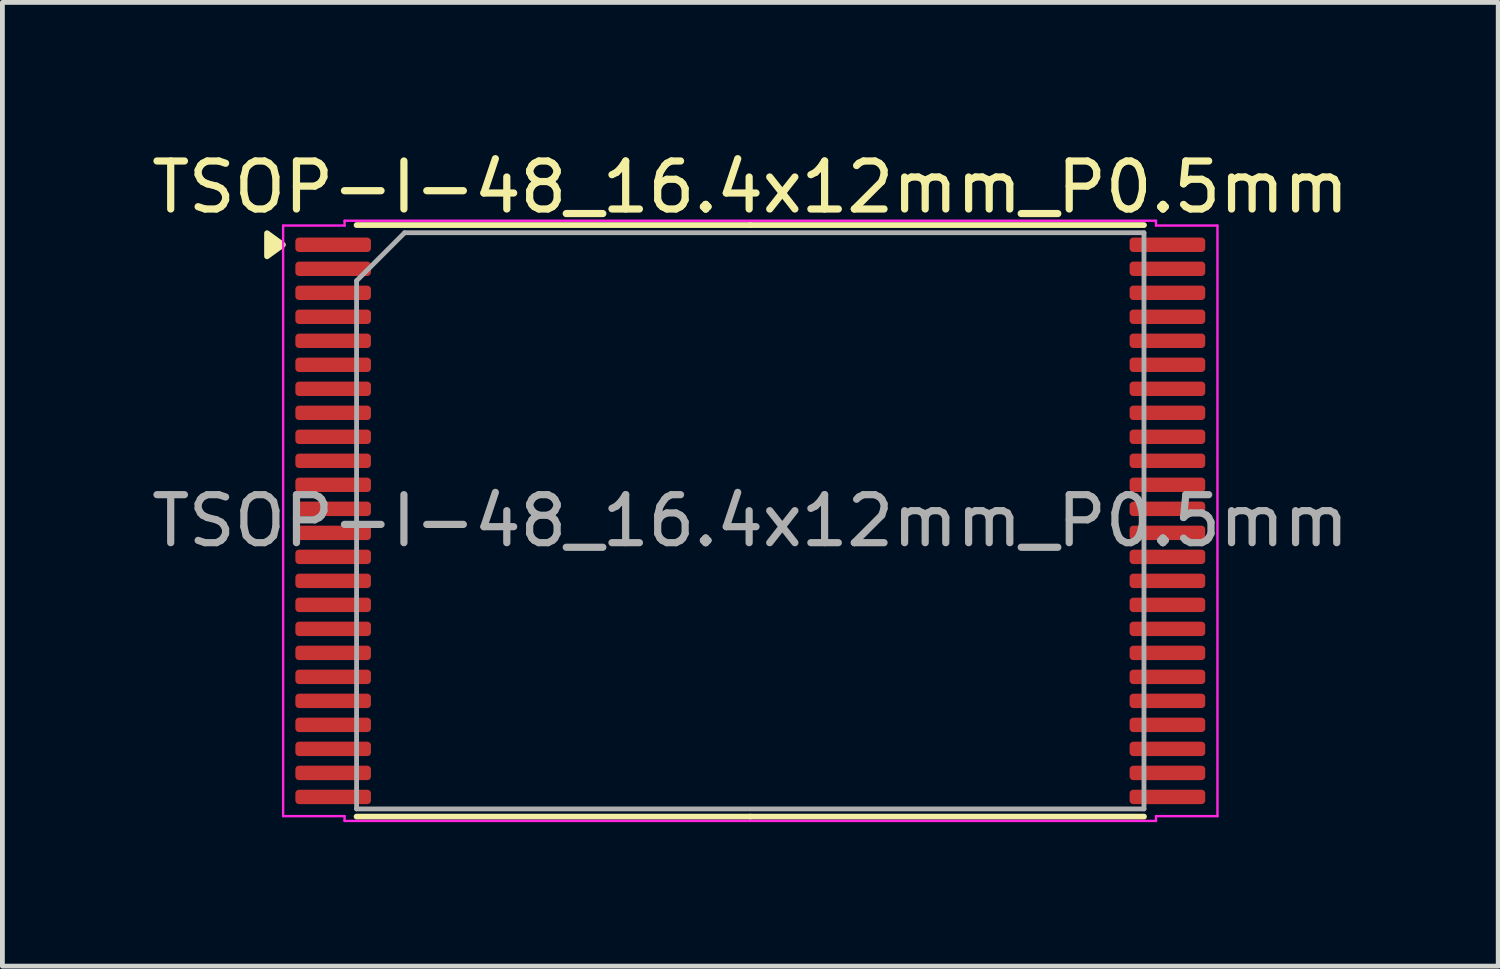
<source format=kicad_pcb>
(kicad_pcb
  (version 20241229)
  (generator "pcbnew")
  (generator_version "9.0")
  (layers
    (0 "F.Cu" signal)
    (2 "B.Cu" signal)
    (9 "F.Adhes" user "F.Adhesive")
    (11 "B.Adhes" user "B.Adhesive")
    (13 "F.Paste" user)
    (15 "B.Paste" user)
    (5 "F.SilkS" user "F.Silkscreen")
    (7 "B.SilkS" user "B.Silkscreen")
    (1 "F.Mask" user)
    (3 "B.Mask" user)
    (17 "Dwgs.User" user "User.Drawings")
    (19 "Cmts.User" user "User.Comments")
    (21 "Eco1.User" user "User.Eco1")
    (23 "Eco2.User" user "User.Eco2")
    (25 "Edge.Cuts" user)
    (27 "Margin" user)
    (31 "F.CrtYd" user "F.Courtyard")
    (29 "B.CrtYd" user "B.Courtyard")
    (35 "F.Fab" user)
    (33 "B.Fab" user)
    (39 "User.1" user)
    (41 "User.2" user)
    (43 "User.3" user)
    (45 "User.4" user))
  (footprint "TSOP-I-48_16.4x12mm_P0.5mm"
    (layer "F.Cu")
    (at 12.577 7.798)
    (property "Reference" "TSOP-I-48_16.4x12mm_P0.5mm" (at 0 -6.95 0) (layer "F.SilkS") (effects (font (size 1 1) (thickness 0.15))))
    (attr smd)
    (fp_line (start 0 -6.16) (end -8.2 -6.16) (stroke (width 0.12) (type solid)) (layer "F.SilkS"))
    (fp_line (start 0 -6.16) (end 8.2 -6.16) (stroke (width 0.12) (type solid)) (layer "F.SilkS"))
    (fp_line (start 0 6.16) (end -8.2 6.16) (stroke (width 0.12) (type solid)) (layer "F.SilkS"))
    (fp_line (start 0 6.16) (end 8.2 6.16) (stroke (width 0.12) (type solid)) (layer "F.SilkS"))
    (fp_poly (pts (xy -9.735 -5.75) (xy -10.065 -5.51) (xy -10.065 -5.99)) (stroke (width 0.12) (type solid)) (fill yes) (layer "F.SilkS"))
    (fp_line (start -9.73 -6.15) (end -8.45 -6.15) (stroke (width 0.05) (type solid)) (layer "F.CrtYd"))
    (fp_line (start -9.73 6.15) (end -9.73 -6.15) (stroke (width 0.05) (type solid)) (layer "F.CrtYd"))
    (fp_line (start -8.45 -6.25) (end 8.45 -6.25) (stroke (width 0.05) (type solid)) (layer "F.CrtYd"))
    (fp_line (start -8.45 -6.15) (end -8.45 -6.25) (stroke (width 0.05) (type solid)) (layer "F.CrtYd"))
    (fp_line (start -8.45 6.15) (end -9.73 6.15) (stroke (width 0.05) (type solid)) (layer "F.CrtYd"))
    (fp_line (start -8.45 6.25) (end -8.45 6.15) (stroke (width 0.05) (type solid)) (layer "F.CrtYd"))
    (fp_line (start 8.45 -6.25) (end 8.45 -6.15) (stroke (width 0.05) (type solid)) (layer "F.CrtYd"))
    (fp_line (start 8.45 -6.15) (end 9.73 -6.15) (stroke (width 0.05) (type solid)) (layer "F.CrtYd"))
    (fp_line (start 8.45 6.15) (end 8.45 6.25) (stroke (width 0.05) (type solid)) (layer "F.CrtYd"))
    (fp_line (start 8.45 6.25) (end -8.45 6.25) (stroke (width 0.05) (type solid)) (layer "F.CrtYd"))
    (fp_line (start 9.73 -6.15) (end 9.73 6.15) (stroke (width 0.05) (type solid)) (layer "F.CrtYd"))
    (fp_line (start 9.73 6.15) (end 8.45 6.15) (stroke (width 0.05) (type solid)) (layer "F.CrtYd"))
    (fp_line (start -8.2 -5) (end -7.2 -6) (stroke (width 0.1) (type solid)) (layer "F.Fab"))
    (fp_line (start -8.2 6) (end -8.2 -5) (stroke (width 0.1) (type solid)) (layer "F.Fab"))
    (fp_line (start -7.2 -6) (end 8.2 -6) (stroke (width 0.1) (type solid)) (layer "F.Fab"))
    (fp_line (start 8.2 -6) (end 8.2 6) (stroke (width 0.1) (type solid)) (layer "F.Fab"))
    (fp_line (start 8.2 6) (end -8.2 6) (stroke (width 0.1) (type solid)) (layer "F.Fab"))
    (fp_text user "${REFERENCE}" (at 0 0 0) (layer "F.Fab") (effects (font (size 1 1) (thickness 0.15))))
    (pad "1" smd roundrect (at -8.688 -5.75) (size 1.575 0.3) (layers "F.Cu" "F.Mask" "F.Paste") (roundrect_rratio 0.25))
    (pad "2" smd roundrect (at -8.688 -5.25) (size 1.575 0.3) (layers "F.Cu" "F.Mask" "F.Paste") (roundrect_rratio 0.25))
    (pad "3" smd roundrect (at -8.688 -4.75) (size 1.575 0.3) (layers "F.Cu" "F.Mask" "F.Paste") (roundrect_rratio 0.25))
    (pad "4" smd roundrect (at -8.688 -4.25) (size 1.575 0.3) (layers "F.Cu" "F.Mask" "F.Paste") (roundrect_rratio 0.25))
    (pad "5" smd roundrect (at -8.688 -3.75) (size 1.575 0.3) (layers "F.Cu" "F.Mask" "F.Paste") (roundrect_rratio 0.25))
    (pad "6" smd roundrect (at -8.688 -3.25) (size 1.575 0.3) (layers "F.Cu" "F.Mask" "F.Paste") (roundrect_rratio 0.25))
    (pad "7" smd roundrect (at -8.688 -2.75) (size 1.575 0.3) (layers "F.Cu" "F.Mask" "F.Paste") (roundrect_rratio 0.25))
    (pad "8" smd roundrect (at -8.688 -2.25) (size 1.575 0.3) (layers "F.Cu" "F.Mask" "F.Paste") (roundrect_rratio 0.25))
    (pad "9" smd roundrect (at -8.688 -1.75) (size 1.575 0.3) (layers "F.Cu" "F.Mask" "F.Paste") (roundrect_rratio 0.25))
    (pad "10" smd roundrect (at -8.688 -1.25) (size 1.575 0.3) (layers "F.Cu" "F.Mask" "F.Paste") (roundrect_rratio 0.25))
    (pad "11" smd roundrect (at -8.688 -0.75) (size 1.575 0.3) (layers "F.Cu" "F.Mask" "F.Paste") (roundrect_rratio 0.25))
    (pad "12" smd roundrect (at -8.688 -0.25) (size 1.575 0.3) (layers "F.Cu" "F.Mask" "F.Paste") (roundrect_rratio 0.25))
    (pad "13" smd roundrect (at -8.688 0.25) (size 1.575 0.3) (layers "F.Cu" "F.Mask" "F.Paste") (roundrect_rratio 0.25))
    (pad "14" smd roundrect (at -8.688 0.75) (size 1.575 0.3) (layers "F.Cu" "F.Mask" "F.Paste") (roundrect_rratio 0.25))
    (pad "15" smd roundrect (at -8.688 1.25) (size 1.575 0.3) (layers "F.Cu" "F.Mask" "F.Paste") (roundrect_rratio 0.25))
    (pad "16" smd roundrect (at -8.688 1.75) (size 1.575 0.3) (layers "F.Cu" "F.Mask" "F.Paste") (roundrect_rratio 0.25))
    (pad "17" smd roundrect (at -8.688 2.25) (size 1.575 0.3) (layers "F.Cu" "F.Mask" "F.Paste") (roundrect_rratio 0.25))
    (pad "18" smd roundrect (at -8.688 2.75) (size 1.575 0.3) (layers "F.Cu" "F.Mask" "F.Paste") (roundrect_rratio 0.25))
    (pad "19" smd roundrect (at -8.688 3.25) (size 1.575 0.3) (layers "F.Cu" "F.Mask" "F.Paste") (roundrect_rratio 0.25))
    (pad "20" smd roundrect (at -8.688 3.75) (size 1.575 0.3) (layers "F.Cu" "F.Mask" "F.Paste") (roundrect_rratio 0.25))
    (pad "21" smd roundrect (at -8.688 4.25) (size 1.575 0.3) (layers "F.Cu" "F.Mask" "F.Paste") (roundrect_rratio 0.25))
    (pad "22" smd roundrect (at -8.688 4.75) (size 1.575 0.3) (layers "F.Cu" "F.Mask" "F.Paste") (roundrect_rratio 0.25))
    (pad "23" smd roundrect (at -8.688 5.25) (size 1.575 0.3) (layers "F.Cu" "F.Mask" "F.Paste") (roundrect_rratio 0.25))
    (pad "24" smd roundrect (at -8.688 5.75) (size 1.575 0.3) (layers "F.Cu" "F.Mask" "F.Paste") (roundrect_rratio 0.25))
    (pad "25" smd roundrect (at 8.688 5.75) (size 1.575 0.3) (layers "F.Cu" "F.Mask" "F.Paste") (roundrect_rratio 0.25))
    (pad "26" smd roundrect (at 8.688 5.25) (size 1.575 0.3) (layers "F.Cu" "F.Mask" "F.Paste") (roundrect_rratio 0.25))
    (pad "27" smd roundrect (at 8.688 4.75) (size 1.575 0.3) (layers "F.Cu" "F.Mask" "F.Paste") (roundrect_rratio 0.25))
    (pad "28" smd roundrect (at 8.688 4.25) (size 1.575 0.3) (layers "F.Cu" "F.Mask" "F.Paste") (roundrect_rratio 0.25))
    (pad "29" smd roundrect (at 8.688 3.75) (size 1.575 0.3) (layers "F.Cu" "F.Mask" "F.Paste") (roundrect_rratio 0.25))
    (pad "30" smd roundrect (at 8.688 3.25) (size 1.575 0.3) (layers "F.Cu" "F.Mask" "F.Paste") (roundrect_rratio 0.25))
    (pad "31" smd roundrect (at 8.688 2.75) (size 1.575 0.3) (layers "F.Cu" "F.Mask" "F.Paste") (roundrect_rratio 0.25))
    (pad "32" smd roundrect (at 8.688 2.25) (size 1.575 0.3) (layers "F.Cu" "F.Mask" "F.Paste") (roundrect_rratio 0.25))
    (pad "33" smd roundrect (at 8.688 1.75) (size 1.575 0.3) (layers "F.Cu" "F.Mask" "F.Paste") (roundrect_rratio 0.25))
    (pad "34" smd roundrect (at 8.688 1.25) (size 1.575 0.3) (layers "F.Cu" "F.Mask" "F.Paste") (roundrect_rratio 0.25))
    (pad "35" smd roundrect (at 8.688 0.75) (size 1.575 0.3) (layers "F.Cu" "F.Mask" "F.Paste") (roundrect_rratio 0.25))
    (pad "36" smd roundrect (at 8.688 0.25) (size 1.575 0.3) (layers "F.Cu" "F.Mask" "F.Paste") (roundrect_rratio 0.25))
    (pad "37" smd roundrect (at 8.688 -0.25) (size 1.575 0.3) (layers "F.Cu" "F.Mask" "F.Paste") (roundrect_rratio 0.25))
    (pad "38" smd roundrect (at 8.688 -0.75) (size 1.575 0.3) (layers "F.Cu" "F.Mask" "F.Paste") (roundrect_rratio 0.25))
    (pad "39" smd roundrect (at 8.688 -1.25) (size 1.575 0.3) (layers "F.Cu" "F.Mask" "F.Paste") (roundrect_rratio 0.25))
    (pad "40" smd roundrect (at 8.688 -1.75) (size 1.575 0.3) (layers "F.Cu" "F.Mask" "F.Paste") (roundrect_rratio 0.25))
    (pad "41" smd roundrect (at 8.688 -2.25) (size 1.575 0.3) (layers "F.Cu" "F.Mask" "F.Paste") (roundrect_rratio 0.25))
    (pad "42" smd roundrect (at 8.688 -2.75) (size 1.575 0.3) (layers "F.Cu" "F.Mask" "F.Paste") (roundrect_rratio 0.25))
    (pad "43" smd roundrect (at 8.688 -3.25) (size 1.575 0.3) (layers "F.Cu" "F.Mask" "F.Paste") (roundrect_rratio 0.25))
    (pad "44" smd roundrect (at 8.688 -3.75) (size 1.575 0.3) (layers "F.Cu" "F.Mask" "F.Paste") (roundrect_rratio 0.25))
    (pad "45" smd roundrect (at 8.688 -4.25) (size 1.575 0.3) (layers "F.Cu" "F.Mask" "F.Paste") (roundrect_rratio 0.25))
    (pad "46" smd roundrect (at 8.688 -4.75) (size 1.575 0.3) (layers "F.Cu" "F.Mask" "F.Paste") (roundrect_rratio 0.25))
    (pad "47" smd roundrect (at 8.688 -5.25) (size 1.575 0.3) (layers "F.Cu" "F.Mask" "F.Paste") (roundrect_rratio 0.25))
    (pad "48" smd roundrect (at 8.688 -5.75) (size 1.575 0.3) (layers "F.Cu" "F.Mask" "F.Paste") (roundrect_rratio 0.25)))
  (gr_rect
    (start -3 -3)
    (end 28.155 17.073)
    (stroke (width 0.1) (type default))
    (fill no)
    (layer "Edge.Cuts")))
</source>
